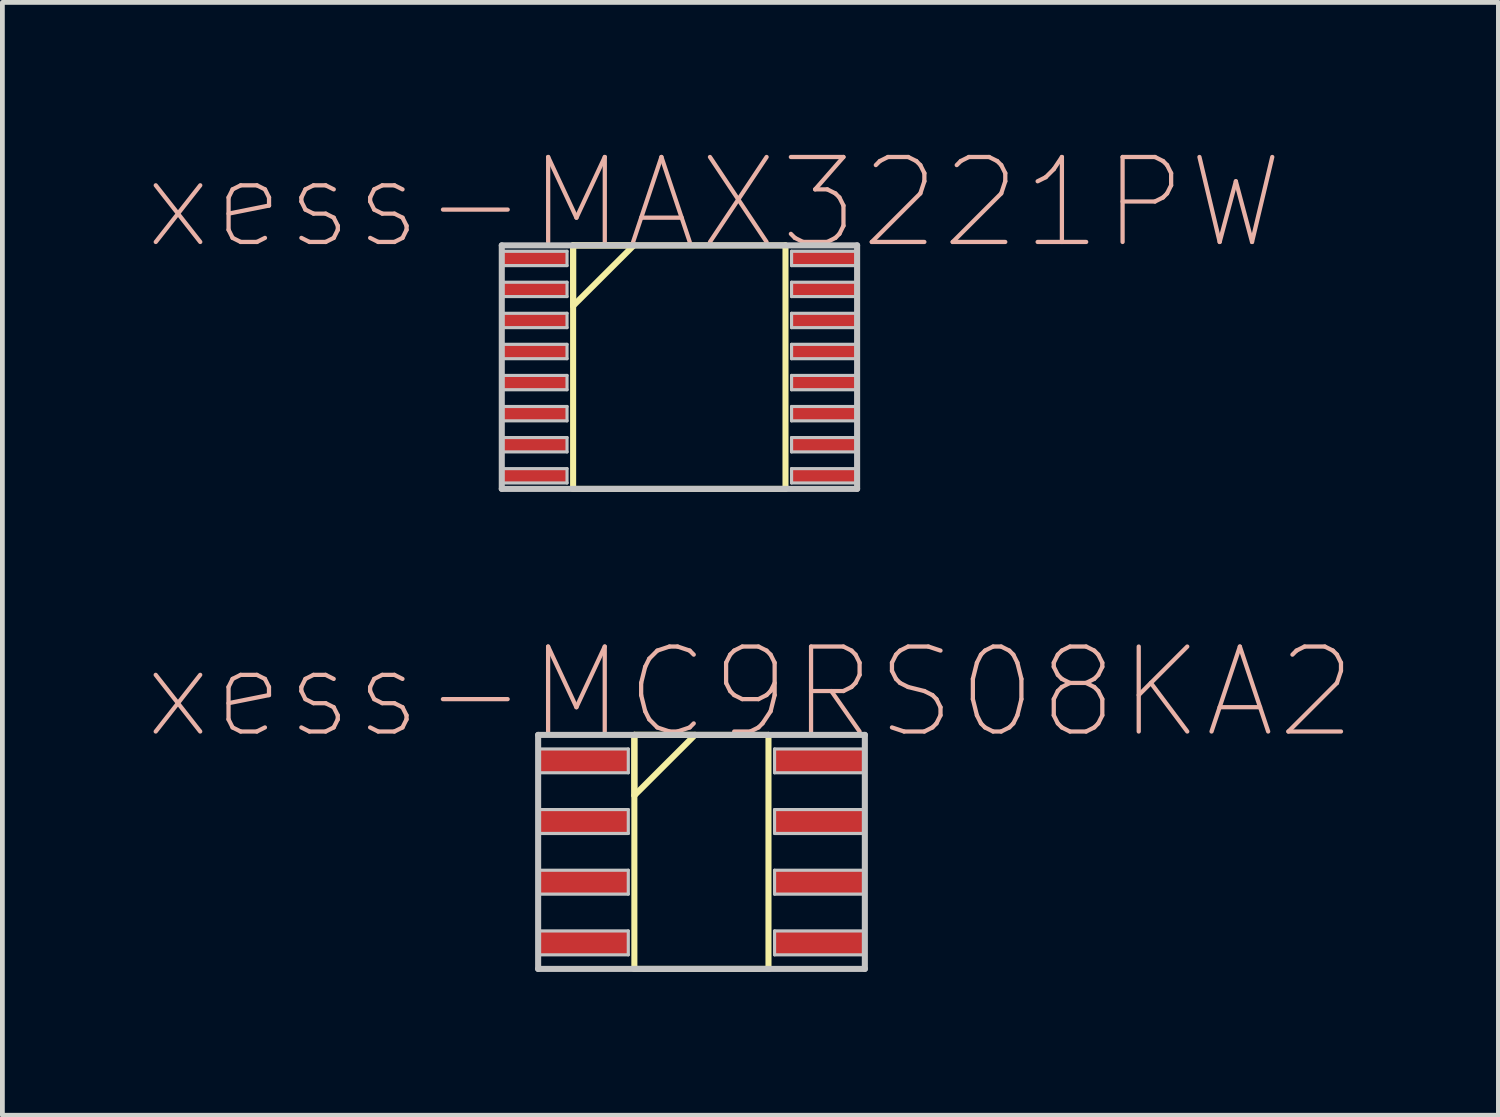
<source format=kicad_pcb>
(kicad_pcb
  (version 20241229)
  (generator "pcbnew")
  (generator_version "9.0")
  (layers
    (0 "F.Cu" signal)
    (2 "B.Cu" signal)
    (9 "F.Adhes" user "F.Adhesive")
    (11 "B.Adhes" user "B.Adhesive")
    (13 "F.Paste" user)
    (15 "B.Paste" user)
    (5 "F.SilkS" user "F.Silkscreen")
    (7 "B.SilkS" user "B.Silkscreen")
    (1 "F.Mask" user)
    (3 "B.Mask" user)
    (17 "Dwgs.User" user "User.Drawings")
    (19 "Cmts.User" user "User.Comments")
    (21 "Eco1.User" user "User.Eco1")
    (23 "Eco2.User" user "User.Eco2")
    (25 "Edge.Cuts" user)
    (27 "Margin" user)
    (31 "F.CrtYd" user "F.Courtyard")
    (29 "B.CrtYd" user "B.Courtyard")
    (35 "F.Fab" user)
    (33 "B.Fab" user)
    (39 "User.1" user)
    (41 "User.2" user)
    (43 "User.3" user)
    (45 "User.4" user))
  (footprint "xess-MC9RS08KA2"
    (layer "F.Cu")
    (at 9.267 12.875)
    (property "Reference" "xess-MC9RS08KA2" (at 3.388 -1.433 0) (layer "B.SilkS") (effects (font (size 1.778 1.778) (thickness 0.089))))
    (attr smd)
    (fp_line (start 0.96 -0.544) (end 0.96 0.724) (stroke (width 0.127) (type solid)) (layer "F.SilkS"))
    (fp_line (start 0.96 -0.544) (end 0.96 4.354) (stroke (width 0.127) (type solid)) (layer "F.SilkS"))
    (fp_line (start 0.96 0.724) (end 2.23 -0.544) (stroke (width 0.127) (type solid)) (layer "F.SilkS"))
    (fp_line (start 0.96 4.354) (end 3.767 4.354) (stroke (width 0.127) (type solid)) (layer "F.SilkS"))
    (fp_line (start 2.23 -0.544) (end 0.96 -0.544) (stroke (width 0.127) (type solid)) (layer "F.SilkS"))
    (fp_line (start 3.767 -0.544) (end 0.96 -0.544) (stroke (width 0.127) (type solid)) (layer "F.SilkS"))
    (fp_line (start 3.767 4.354) (end 3.767 -0.544) (stroke (width 0.127) (type solid)) (layer "F.SilkS"))
    (fp_line (start -1.054 -0.544) (end -1.054 4.354) (stroke (width 0.127) (type solid)) (layer "Dwgs.User"))
    (fp_line (start -1.054 -0.249) (end 0.833 -0.249) (stroke (width 0.066) (type solid)) (layer "Dwgs.User"))
    (fp_line (start -1.054 0.249) (end -1.054 -0.249) (stroke (width 0.066) (type solid)) (layer "Dwgs.User"))
    (fp_line (start -1.054 0.249) (end 0.833 0.249) (stroke (width 0.066) (type solid)) (layer "Dwgs.User"))
    (fp_line (start -1.054 1.019) (end 0.833 1.019) (stroke (width 0.066) (type solid)) (layer "Dwgs.User"))
    (fp_line (start -1.054 1.519) (end -1.054 1.019) (stroke (width 0.066) (type solid)) (layer "Dwgs.User"))
    (fp_line (start -1.054 1.519) (end 0.833 1.519) (stroke (width 0.066) (type solid)) (layer "Dwgs.User"))
    (fp_line (start -1.054 2.289) (end 0.833 2.289) (stroke (width 0.066) (type solid)) (layer "Dwgs.User"))
    (fp_line (start -1.054 2.789) (end -1.054 2.289) (stroke (width 0.066) (type solid)) (layer "Dwgs.User"))
    (fp_line (start -1.054 2.789) (end 0.833 2.789) (stroke (width 0.066) (type solid)) (layer "Dwgs.User"))
    (fp_line (start -1.054 3.559) (end 0.833 3.559) (stroke (width 0.066) (type solid)) (layer "Dwgs.User"))
    (fp_line (start -1.054 4.059) (end -1.054 3.559) (stroke (width 0.066) (type solid)) (layer "Dwgs.User"))
    (fp_line (start -1.054 4.059) (end 0.833 4.059) (stroke (width 0.066) (type solid)) (layer "Dwgs.User"))
    (fp_line (start -1.054 4.354) (end 5.784 4.354) (stroke (width 0.127) (type solid)) (layer "Dwgs.User"))
    (fp_line (start 0.833 0.249) (end 0.833 -0.249) (stroke (width 0.066) (type solid)) (layer "Dwgs.User"))
    (fp_line (start 0.833 1.519) (end 0.833 1.019) (stroke (width 0.066) (type solid)) (layer "Dwgs.User"))
    (fp_line (start 0.833 2.789) (end 0.833 2.289) (stroke (width 0.066) (type solid)) (layer "Dwgs.User"))
    (fp_line (start 0.833 4.059) (end 0.833 3.559) (stroke (width 0.066) (type solid)) (layer "Dwgs.User"))
    (fp_line (start 3.894 -0.249) (end 5.784 -0.249) (stroke (width 0.066) (type solid)) (layer "Dwgs.User"))
    (fp_line (start 3.894 0.249) (end 3.894 -0.249) (stroke (width 0.066) (type solid)) (layer "Dwgs.User"))
    (fp_line (start 3.894 0.249) (end 5.784 0.249) (stroke (width 0.066) (type solid)) (layer "Dwgs.User"))
    (fp_line (start 3.894 1.019) (end 5.784 1.019) (stroke (width 0.066) (type solid)) (layer "Dwgs.User"))
    (fp_line (start 3.894 1.519) (end 3.894 1.019) (stroke (width 0.066) (type solid)) (layer "Dwgs.User"))
    (fp_line (start 3.894 1.519) (end 5.784 1.519) (stroke (width 0.066) (type solid)) (layer "Dwgs.User"))
    (fp_line (start 3.894 2.289) (end 5.784 2.289) (stroke (width 0.066) (type solid)) (layer "Dwgs.User"))
    (fp_line (start 3.894 2.789) (end 3.894 2.289) (stroke (width 0.066) (type solid)) (layer "Dwgs.User"))
    (fp_line (start 3.894 2.789) (end 5.784 2.789) (stroke (width 0.066) (type solid)) (layer "Dwgs.User"))
    (fp_line (start 3.894 3.559) (end 5.784 3.559) (stroke (width 0.066) (type solid)) (layer "Dwgs.User"))
    (fp_line (start 3.894 4.059) (end 3.894 3.559) (stroke (width 0.066) (type solid)) (layer "Dwgs.User"))
    (fp_line (start 3.894 4.059) (end 5.784 4.059) (stroke (width 0.066) (type solid)) (layer "Dwgs.User"))
    (fp_line (start 5.784 -0.544) (end -1.054 -0.544) (stroke (width 0.127) (type solid)) (layer "Dwgs.User"))
    (fp_line (start 5.784 0.249) (end 5.784 -0.249) (stroke (width 0.066) (type solid)) (layer "Dwgs.User"))
    (fp_line (start 5.784 1.519) (end 5.784 1.019) (stroke (width 0.066) (type solid)) (layer "Dwgs.User"))
    (fp_line (start 5.784 2.789) (end 5.784 2.289) (stroke (width 0.066) (type solid)) (layer "Dwgs.User"))
    (fp_line (start 5.784 4.059) (end 5.784 3.559) (stroke (width 0.066) (type solid)) (layer "Dwgs.User"))
    (fp_line (start 5.784 4.354) (end 5.784 -0.544) (stroke (width 0.127) (type solid)) (layer "Dwgs.User"))
    (pad "1" smd rect (at -0.109 0) (size 1.89 0.498) (layers "F.Cu" "F.Mask" "F.Paste"))
    (pad "2" smd rect (at -0.109 1.27) (size 1.89 0.498) (layers "F.Cu" "F.Mask" "F.Paste"))
    (pad "3" smd rect (at -0.109 2.54) (size 1.89 0.498) (layers "F.Cu" "F.Mask" "F.Paste"))
    (pad "4" smd rect (at -0.109 3.81) (size 1.89 0.498) (layers "F.Cu" "F.Mask" "F.Paste"))
    (pad "5" smd rect (at 4.839 3.81) (size 1.89 0.498) (layers "F.Cu" "F.Mask" "F.Paste"))
    (pad "6" smd rect (at 4.839 2.54) (size 1.89 0.498) (layers "F.Cu" "F.Mask" "F.Paste"))
    (pad "7" smd rect (at 4.839 1.27) (size 1.89 0.498) (layers "F.Cu" "F.Mask" "F.Paste"))
    (pad "8" smd rect (at 4.839 0) (size 1.89 0.498) (layers "F.Cu" "F.Mask" "F.Paste")))
  (footprint "xess-MAX3221PW"
    (layer "F.Cu")
    (at 8.244 2.359)
    (property "Reference" "xess-MAX3221PW" (at 3.65 -1.163 0) (layer "B.SilkS") (effects (font (size 1.778 1.778) (thickness 0.089))))
    (attr smd)
    (fp_line (start 0.701 -0.274) (end 0.701 0.993) (stroke (width 0.127) (type solid)) (layer "F.SilkS"))
    (fp_line (start 0.701 -0.274) (end 0.701 4.823) (stroke (width 0.127) (type solid)) (layer "F.SilkS"))
    (fp_line (start 0.701 0.993) (end 1.971 -0.274) (stroke (width 0.127) (type solid)) (layer "F.SilkS"))
    (fp_line (start 0.701 4.823) (end 5.146 4.823) (stroke (width 0.127) (type solid)) (layer "F.SilkS"))
    (fp_line (start 1.971 -0.274) (end 0.701 -0.274) (stroke (width 0.127) (type solid)) (layer "F.SilkS"))
    (fp_line (start 5.146 -0.274) (end 0.701 -0.274) (stroke (width 0.127) (type solid)) (layer "F.SilkS"))
    (fp_line (start 5.146 4.823) (end 5.146 -0.274) (stroke (width 0.127) (type solid)) (layer "F.SilkS"))
    (fp_line (start -0.792 -0.274) (end -0.792 4.823) (stroke (width 0.127) (type solid)) (layer "Dwgs.User"))
    (fp_line (start -0.792 -0.15) (end 0.574 -0.15) (stroke (width 0.066) (type solid)) (layer "Dwgs.User"))
    (fp_line (start -0.792 0.15) (end -0.792 -0.15) (stroke (width 0.066) (type solid)) (layer "Dwgs.User"))
    (fp_line (start -0.792 0.15) (end 0.574 0.15) (stroke (width 0.066) (type solid)) (layer "Dwgs.User"))
    (fp_line (start -0.792 0.498) (end 0.574 0.498) (stroke (width 0.066) (type solid)) (layer "Dwgs.User"))
    (fp_line (start -0.792 0.798) (end -0.792 0.498) (stroke (width 0.066) (type solid)) (layer "Dwgs.User"))
    (fp_line (start -0.792 0.798) (end 0.574 0.798) (stroke (width 0.066) (type solid)) (layer "Dwgs.User"))
    (fp_line (start -0.792 1.148) (end 0.574 1.148) (stroke (width 0.066) (type solid)) (layer "Dwgs.User"))
    (fp_line (start -0.792 1.448) (end -0.792 1.148) (stroke (width 0.066) (type solid)) (layer "Dwgs.User"))
    (fp_line (start -0.792 1.448) (end 0.574 1.448) (stroke (width 0.066) (type solid)) (layer "Dwgs.User"))
    (fp_line (start -0.792 1.798) (end 0.574 1.798) (stroke (width 0.066) (type solid)) (layer "Dwgs.User"))
    (fp_line (start -0.792 2.098) (end -0.792 1.798) (stroke (width 0.066) (type solid)) (layer "Dwgs.User"))
    (fp_line (start -0.792 2.098) (end 0.574 2.098) (stroke (width 0.066) (type solid)) (layer "Dwgs.User"))
    (fp_line (start -0.792 2.449) (end 0.574 2.449) (stroke (width 0.066) (type solid)) (layer "Dwgs.User"))
    (fp_line (start -0.792 2.748) (end -0.792 2.449) (stroke (width 0.066) (type solid)) (layer "Dwgs.User"))
    (fp_line (start -0.792 2.748) (end 0.574 2.748) (stroke (width 0.066) (type solid)) (layer "Dwgs.User"))
    (fp_line (start -0.792 3.099) (end 0.574 3.099) (stroke (width 0.066) (type solid)) (layer "Dwgs.User"))
    (fp_line (start -0.792 3.399) (end -0.792 3.099) (stroke (width 0.066) (type solid)) (layer "Dwgs.User"))
    (fp_line (start -0.792 3.399) (end 0.574 3.399) (stroke (width 0.066) (type solid)) (layer "Dwgs.User"))
    (fp_line (start -0.792 3.749) (end 0.574 3.749) (stroke (width 0.066) (type solid)) (layer "Dwgs.User"))
    (fp_line (start -0.792 4.049) (end -0.792 3.749) (stroke (width 0.066) (type solid)) (layer "Dwgs.User"))
    (fp_line (start -0.792 4.049) (end 0.574 4.049) (stroke (width 0.066) (type solid)) (layer "Dwgs.User"))
    (fp_line (start -0.792 4.399) (end 0.574 4.399) (stroke (width 0.066) (type solid)) (layer "Dwgs.User"))
    (fp_line (start -0.792 4.699) (end -0.792 4.399) (stroke (width 0.066) (type solid)) (layer "Dwgs.User"))
    (fp_line (start -0.792 4.699) (end 0.574 4.699) (stroke (width 0.066) (type solid)) (layer "Dwgs.User"))
    (fp_line (start -0.792 4.823) (end 6.645 4.823) (stroke (width 0.127) (type solid)) (layer "Dwgs.User"))
    (fp_line (start 0.574 0.15) (end 0.574 -0.15) (stroke (width 0.066) (type solid)) (layer "Dwgs.User"))
    (fp_line (start 0.574 0.798) (end 0.574 0.498) (stroke (width 0.066) (type solid)) (layer "Dwgs.User"))
    (fp_line (start 0.574 1.448) (end 0.574 1.148) (stroke (width 0.066) (type solid)) (layer "Dwgs.User"))
    (fp_line (start 0.574 2.098) (end 0.574 1.798) (stroke (width 0.066) (type solid)) (layer "Dwgs.User"))
    (fp_line (start 0.574 2.748) (end 0.574 2.449) (stroke (width 0.066) (type solid)) (layer "Dwgs.User"))
    (fp_line (start 0.574 3.399) (end 0.574 3.099) (stroke (width 0.066) (type solid)) (layer "Dwgs.User"))
    (fp_line (start 0.574 4.049) (end 0.574 3.749) (stroke (width 0.066) (type solid)) (layer "Dwgs.User"))
    (fp_line (start 0.574 4.699) (end 0.574 4.399) (stroke (width 0.066) (type solid)) (layer "Dwgs.User"))
    (fp_line (start 5.273 -0.15) (end 6.645 -0.15) (stroke (width 0.066) (type solid)) (layer "Dwgs.User"))
    (fp_line (start 5.273 0.15) (end 5.273 -0.15) (stroke (width 0.066) (type solid)) (layer "Dwgs.User"))
    (fp_line (start 5.273 0.15) (end 6.645 0.15) (stroke (width 0.066) (type solid)) (layer "Dwgs.User"))
    (fp_line (start 5.273 0.498) (end 6.645 0.498) (stroke (width 0.066) (type solid)) (layer "Dwgs.User"))
    (fp_line (start 5.273 0.798) (end 5.273 0.498) (stroke (width 0.066) (type solid)) (layer "Dwgs.User"))
    (fp_line (start 5.273 0.798) (end 6.645 0.798) (stroke (width 0.066) (type solid)) (layer "Dwgs.User"))
    (fp_line (start 5.273 1.148) (end 6.645 1.148) (stroke (width 0.066) (type solid)) (layer "Dwgs.User"))
    (fp_line (start 5.273 1.448) (end 5.273 1.148) (stroke (width 0.066) (type solid)) (layer "Dwgs.User"))
    (fp_line (start 5.273 1.448) (end 6.645 1.448) (stroke (width 0.066) (type solid)) (layer "Dwgs.User"))
    (fp_line (start 5.273 1.798) (end 6.645 1.798) (stroke (width 0.066) (type solid)) (layer "Dwgs.User"))
    (fp_line (start 5.273 2.098) (end 5.273 1.798) (stroke (width 0.066) (type solid)) (layer "Dwgs.User"))
    (fp_line (start 5.273 2.098) (end 6.645 2.098) (stroke (width 0.066) (type solid)) (layer "Dwgs.User"))
    (fp_line (start 5.273 2.449) (end 6.645 2.449) (stroke (width 0.066) (type solid)) (layer "Dwgs.User"))
    (fp_line (start 5.273 2.748) (end 5.273 2.449) (stroke (width 0.066) (type solid)) (layer "Dwgs.User"))
    (fp_line (start 5.273 2.748) (end 6.645 2.748) (stroke (width 0.066) (type solid)) (layer "Dwgs.User"))
    (fp_line (start 5.273 3.099) (end 6.645 3.099) (stroke (width 0.066) (type solid)) (layer "Dwgs.User"))
    (fp_line (start 5.273 3.399) (end 5.273 3.099) (stroke (width 0.066) (type solid)) (layer "Dwgs.User"))
    (fp_line (start 5.273 3.399) (end 6.645 3.399) (stroke (width 0.066) (type solid)) (layer "Dwgs.User"))
    (fp_line (start 5.273 3.749) (end 6.645 3.749) (stroke (width 0.066) (type solid)) (layer "Dwgs.User"))
    (fp_line (start 5.273 4.049) (end 5.273 3.749) (stroke (width 0.066) (type solid)) (layer "Dwgs.User"))
    (fp_line (start 5.273 4.049) (end 6.645 4.049) (stroke (width 0.066) (type solid)) (layer "Dwgs.User"))
    (fp_line (start 5.273 4.399) (end 6.645 4.399) (stroke (width 0.066) (type solid)) (layer "Dwgs.User"))
    (fp_line (start 5.273 4.699) (end 5.273 4.399) (stroke (width 0.066) (type solid)) (layer "Dwgs.User"))
    (fp_line (start 5.273 4.699) (end 6.645 4.699) (stroke (width 0.066) (type solid)) (layer "Dwgs.User"))
    (fp_line (start 6.645 -0.274) (end -0.792 -0.274) (stroke (width 0.127) (type solid)) (layer "Dwgs.User"))
    (fp_line (start 6.645 0.15) (end 6.645 -0.15) (stroke (width 0.066) (type solid)) (layer "Dwgs.User"))
    (fp_line (start 6.645 0.798) (end 6.645 0.498) (stroke (width 0.066) (type solid)) (layer "Dwgs.User"))
    (fp_line (start 6.645 1.448) (end 6.645 1.148) (stroke (width 0.066) (type solid)) (layer "Dwgs.User"))
    (fp_line (start 6.645 2.098) (end 6.645 1.798) (stroke (width 0.066) (type solid)) (layer "Dwgs.User"))
    (fp_line (start 6.645 2.748) (end 6.645 2.449) (stroke (width 0.066) (type solid)) (layer "Dwgs.User"))
    (fp_line (start 6.645 3.399) (end 6.645 3.099) (stroke (width 0.066) (type solid)) (layer "Dwgs.User"))
    (fp_line (start 6.645 4.049) (end 6.645 3.749) (stroke (width 0.066) (type solid)) (layer "Dwgs.User"))
    (fp_line (start 6.645 4.699) (end 6.645 4.399) (stroke (width 0.066) (type solid)) (layer "Dwgs.User"))
    (fp_line (start 6.645 4.823) (end 6.645 -0.274) (stroke (width 0.127) (type solid)) (layer "Dwgs.User"))
    (pad "1" smd rect (at -0.109 0) (size 1.369 0.3) (layers "F.Cu" "F.Mask" "F.Paste"))
    (pad "2" smd rect (at -0.109 0.648) (size 1.369 0.3) (layers "F.Cu" "F.Mask" "F.Paste"))
    (pad "3" smd rect (at -0.109 1.298) (size 1.369 0.3) (layers "F.Cu" "F.Mask" "F.Paste"))
    (pad "4" smd rect (at -0.109 1.948) (size 1.369 0.3) (layers "F.Cu" "F.Mask" "F.Paste"))
    (pad "5" smd rect (at -0.109 2.598) (size 1.369 0.3) (layers "F.Cu" "F.Mask" "F.Paste"))
    (pad "6" smd rect (at -0.109 3.249) (size 1.369 0.3) (layers "F.Cu" "F.Mask" "F.Paste"))
    (pad "7" smd rect (at -0.109 3.899) (size 1.369 0.3) (layers "F.Cu" "F.Mask" "F.Paste"))
    (pad "8" smd rect (at -0.109 4.549) (size 1.369 0.3) (layers "F.Cu" "F.Mask" "F.Paste"))
    (pad "9" smd rect (at 5.959 4.549) (size 1.369 0.3) (layers "F.Cu" "F.Mask" "F.Paste"))
    (pad "10" smd rect (at 5.959 3.899) (size 1.369 0.3) (layers "F.Cu" "F.Mask" "F.Paste"))
    (pad "11" smd rect (at 5.959 3.249) (size 1.369 0.3) (layers "F.Cu" "F.Mask" "F.Paste"))
    (pad "12" smd rect (at 5.959 2.598) (size 1.369 0.3) (layers "F.Cu" "F.Mask" "F.Paste"))
    (pad "13" smd rect (at 5.959 1.948) (size 1.369 0.3) (layers "F.Cu" "F.Mask" "F.Paste"))
    (pad "14" smd rect (at 5.959 1.298) (size 1.369 0.3) (layers "F.Cu" "F.Mask" "F.Paste"))
    (pad "15" smd rect (at 5.959 0.648) (size 1.369 0.3) (layers "F.Cu" "F.Mask" "F.Paste"))
    (pad "16" smd rect (at 5.959 0) (size 1.369 0.3) (layers "F.Cu" "F.Mask" "F.Paste")))
  (gr_rect
    (start -3 -3)
    (end 28.311 20.292)
    (stroke (width 0.1) (type default))
    (fill no)
    (layer "Edge.Cuts")))
</source>
